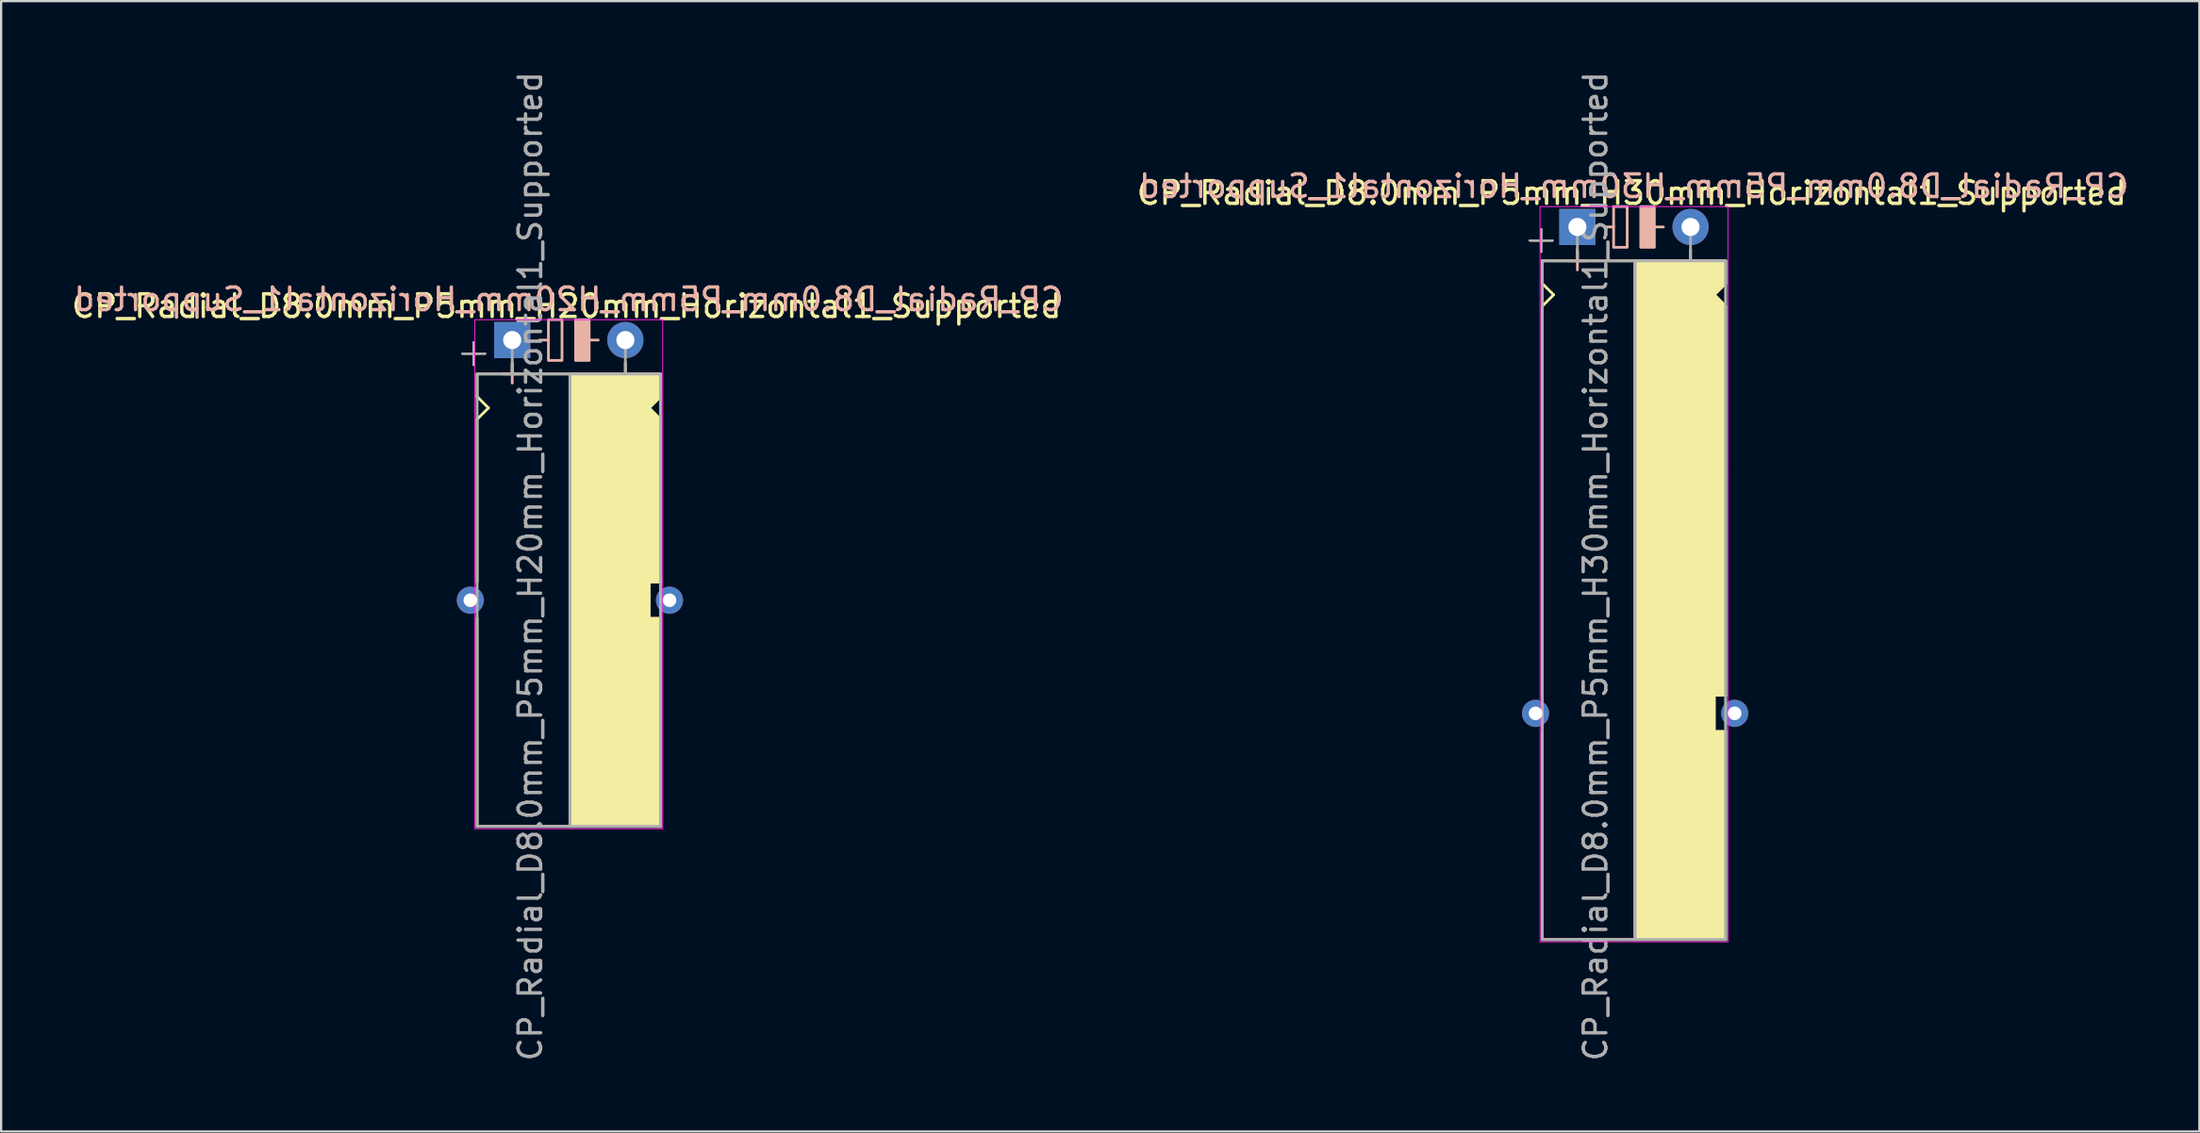
<source format=kicad_pcb>
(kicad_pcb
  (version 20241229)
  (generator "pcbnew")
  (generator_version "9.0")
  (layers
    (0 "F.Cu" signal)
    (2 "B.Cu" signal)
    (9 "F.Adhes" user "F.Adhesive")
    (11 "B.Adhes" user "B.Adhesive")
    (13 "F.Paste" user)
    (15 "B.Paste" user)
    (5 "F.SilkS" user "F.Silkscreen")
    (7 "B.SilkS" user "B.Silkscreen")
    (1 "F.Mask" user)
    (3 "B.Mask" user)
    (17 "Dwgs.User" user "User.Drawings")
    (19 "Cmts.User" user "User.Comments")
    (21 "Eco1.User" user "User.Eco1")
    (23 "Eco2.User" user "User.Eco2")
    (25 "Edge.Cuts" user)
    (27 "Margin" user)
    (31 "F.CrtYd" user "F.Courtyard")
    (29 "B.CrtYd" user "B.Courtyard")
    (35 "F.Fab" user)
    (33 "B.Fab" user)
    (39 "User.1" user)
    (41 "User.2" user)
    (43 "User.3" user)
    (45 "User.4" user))
  (footprint "CP_Radial_D8.0mm_P5mm_H20mm_Horizontal1_Supported"
    (layer "F.Cu")
    (at 20.382 11.982)
    (property "Reference" "CP_Radial_D8.0mm_P5mm_H20mm_Horizontal1_Supported" (at 1.6 -1.5 0) (layer "F.SilkS") (effects (font (size 1 1) (thickness 0.15))))
    (fp_line (start -3 0.6) (end -2 0.6) (stroke (width 0.1) (type solid)) (layer "F.SilkS"))
    (fp_line (start -2.5 1.1) (end -2.5 0.1) (stroke (width 0.1) (type solid)) (layer "F.SilkS"))
    (fp_line (start -2.35 1.5) (end -2.35 2.5) (stroke (width 0.12) (type solid)) (layer "F.SilkS"))
    (fp_line (start -2.35 1.5) (end 5.75 1.5) (stroke (width 0.12) (type solid)) (layer "F.SilkS"))
    (fp_line (start -2.35 2.5) (end -1.85 3) (stroke (width 0.12) (type solid)) (layer "F.SilkS"))
    (fp_line (start -2.35 10.7) (end -2.35 3.5) (stroke (width 0.12) (type solid)) (layer "F.SilkS"))
    (fp_line (start -2.35 12.3) (end -2.35 21.5) (stroke (width 0.12) (type solid)) (layer "F.SilkS"))
    (fp_line (start -2.35 21.5) (end 5.65 21.5) (stroke (width 0.12) (type solid)) (layer "F.SilkS"))
    (fp_line (start -1.85 3) (end -2.35 3.5) (stroke (width 0.12) (type solid)) (layer "F.SilkS"))
    (fp_line (start -0.8 1) (end -0.8 1.5) (stroke (width 0.12) (type solid)) (layer "F.SilkS"))
    (fp_line (start 1.75 21.5) (end 1.75 1.5) (stroke (width 0.12) (type solid)) (layer "F.SilkS"))
    (fp_line (start 4.2 1) (end 4.2 1.5) (stroke (width 0.12) (type solid)) (layer "F.SilkS"))
    (fp_line (start 5.25 3) (end 5.75 2.5) (stroke (width 0.12) (type solid)) (layer "F.SilkS"))
    (fp_line (start 5.25 10.7) (end 5.25 12.3) (stroke (width 0.12) (type solid)) (layer "F.SilkS"))
    (fp_line (start 5.25 12.3) (end 5.75 12.3) (stroke (width 0.12) (type solid)) (layer "F.SilkS"))
    (fp_line (start 5.75 2.5) (end 5.75 1.5) (stroke (width 0.12) (type solid)) (layer "F.SilkS"))
    (fp_line (start 5.75 3.5) (end 5.25 3) (stroke (width 0.12) (type solid)) (layer "F.SilkS"))
    (fp_line (start 5.75 10.7) (end 5.25 10.7) (stroke (width 0.12) (type solid)) (layer "F.SilkS"))
    (fp_line (start 5.75 10.7) (end 5.75 3.5) (stroke (width 0.12) (type solid)) (layer "F.SilkS"))
    (fp_line (start 5.75 12.3) (end 5.75 21.5) (stroke (width 0.12) (type solid)) (layer "F.SilkS"))
    (fp_line (start 5.75 21.5) (end 5.65 21.5) (stroke (width 0.12) (type solid)) (layer "F.SilkS"))
    (fp_poly (pts (xy 5.75 2.5) (xy 5.25 3) (xy 5.75 3.5) (xy 5.75 10.7) (xy 5.25 10.7) (xy 5.25 12.3) (xy 5.75 12.3) (xy 5.75 21.5) (xy 1.75 21.5) (xy 1.75 1.5) (xy 5.75 1.5)) (stroke (width 0.1) (type solid)) (fill yes) (layer "F.SilkS"))
    (fp_line (start -0.8 1.1) (end -0.8 1.9) (stroke (width 0.12) (type solid)) (layer "B.SilkS"))
    (fp_line (start -0.4 1.5) (end -1.2 1.5) (stroke (width 0.12) (type solid)) (layer "B.SilkS"))
    (fp_line (start 0.8 0) (end 0.4 0) (stroke (width 0.12) (type solid)) (layer "B.SilkS"))
    (fp_line (start 3 0) (end 2.6 0) (stroke (width 0.12) (type solid)) (layer "B.SilkS"))
    (fp_rect (start 1.4 -0.9) (end 0.8 0.9) (stroke (width 0.12) (type solid)) (fill no) (layer "B.SilkS"))
    (fp_rect (start 2.6 -0.9) (end 2 0.9) (stroke (width 0.12) (type solid)) (fill yes) (layer "B.SilkS"))
    (fp_line (start -2.45 -0.9) (end 5.85 -0.9) (stroke (width 0.04) (type solid)) (layer "F.CrtYd"))
    (fp_line (start -2.45 1.5) (end -2.45 -0.9) (stroke (width 0.04) (type solid)) (layer "F.CrtYd"))
    (fp_line (start -2.45 21.6) (end -2.45 1.5) (stroke (width 0.04) (type solid)) (layer "F.CrtYd"))
    (fp_line (start 5.85 -0.9) (end 5.85 21.6) (stroke (width 0.04) (type solid)) (layer "F.CrtYd"))
    (fp_line (start 5.85 21.6) (end -2.45 21.6) (stroke (width 0.04) (type solid)) (layer "F.CrtYd"))
    (fp_line (start -3 0.6) (end -2 0.6) (stroke (width 0.1) (type solid)) (layer "F.Fab"))
    (fp_line (start -2.5 1.1) (end -2.5 0.1) (stroke (width 0.1) (type solid)) (layer "F.Fab"))
    (fp_line (start -2.35 1.5) (end 5.75 1.5) (stroke (width 0.12) (type solid)) (layer "F.Fab"))
    (fp_line (start -2.35 21.5) (end -2.35 1.5) (stroke (width 0.12) (type solid)) (layer "F.Fab"))
    (fp_line (start -0.8 1.5) (end -0.8 0) (stroke (width 0.12) (type solid)) (layer "F.Fab"))
    (fp_line (start 1.75 1.5) (end 1.75 21.5) (stroke (width 0.12) (type solid)) (layer "F.Fab"))
    (fp_line (start 4.2 1.5) (end 4.2 0) (stroke (width 0.12) (type solid)) (layer "F.Fab"))
    (fp_line (start 5.75 1.5) (end 5.75 21.5) (stroke (width 0.12) (type solid)) (layer "F.Fab"))
    (fp_line (start 5.75 21.5) (end -2.35 21.5) (stroke (width 0.12) (type solid)) (layer "F.Fab"))
    (fp_poly (pts (xy 5.75 21.5) (xy 1.75 21.5) (xy 1.75 1.5) (xy 5.75 1.5)) (stroke (width 0.1) (type solid)) (fill no) (layer "F.Fab"))
    (fp_text user "${REFERENCE}" (at 1.7 -1.8 0) (layer "B.SilkS") (effects (font (size 1 1) (thickness 0.15)) (justify mirror)))
    (fp_text user "${REFERENCE}" (at 0 10 90) (layer "F.Fab") (effects (font (size 1 1) (thickness 0.15))))
    (pad "1" thru_hole rect (at -0.8 0) (size 1.6 1.6) (drill 0.8) (layers "*.Cu" "*.Mask"))
    (pad "2" thru_hole circle (at 4.2 0) (size 1.6 1.6) (drill 0.8) (layers "*.Cu" "*.Mask"))
    (pad "~" thru_hole circle (at -2.65 11.5) (size 1.2 1.2) (drill 0.6) (layers "*.Cu" "*.Mask"))
    (pad "~" thru_hole circle (at 6.15 11.5) (size 1.2 1.2) (drill 0.6) (layers "*.Cu" "*.Mask")))
  (footprint "CP_Radial_D8.0mm_P5mm_H30mm_Horizontal1_Supported"
    (layer "F.Cu")
    (at 67.446 6.982)
    (property "Reference" "CP_Radial_D8.0mm_P5mm_H30mm_Horizontal1_Supported" (at 1.6 -1.5 0) (layer "F.SilkS") (effects (font (size 1 1) (thickness 0.15))))
    (fp_line (start -2.9 0.6) (end -1.9 0.6) (stroke (width 0.1) (type solid)) (layer "F.SilkS"))
    (fp_line (start -2.4 1.1) (end -2.4 0.1) (stroke (width 0.1) (type solid)) (layer "F.SilkS"))
    (fp_line (start -2.35 1.5) (end -2.35 2.5) (stroke (width 0.12) (type solid)) (layer "F.SilkS"))
    (fp_line (start -2.35 1.5) (end 5.75 1.5) (stroke (width 0.12) (type solid)) (layer "F.SilkS"))
    (fp_line (start -2.35 2.5) (end -1.85 3) (stroke (width 0.12) (type solid)) (layer "F.SilkS"))
    (fp_line (start -2.35 10.7) (end -2.35 3.5) (stroke (width 0.12) (type solid)) (layer "F.SilkS"))
    (fp_line (start -2.35 10.7) (end -2.35 20.7) (stroke (width 0.12) (type solid)) (layer "F.SilkS"))
    (fp_line (start -2.35 22.3) (end -2.35 31.5) (stroke (width 0.12) (type solid)) (layer "F.SilkS"))
    (fp_line (start -2.35 31.5) (end 5.65 31.5) (stroke (width 0.12) (type solid)) (layer "F.SilkS"))
    (fp_line (start -1.85 3) (end -2.35 3.5) (stroke (width 0.12) (type solid)) (layer "F.SilkS"))
    (fp_line (start -0.8 1) (end -0.8 1.5) (stroke (width 0.12) (type solid)) (layer "F.SilkS"))
    (fp_line (start 1.75 31.5) (end 1.75 1.5) (stroke (width 0.12) (type solid)) (layer "F.SilkS"))
    (fp_line (start 4.2 1) (end 4.2 1.5) (stroke (width 0.12) (type solid)) (layer "F.SilkS"))
    (fp_line (start 5.25 3) (end 5.75 2.5) (stroke (width 0.12) (type solid)) (layer "F.SilkS"))
    (fp_line (start 5.25 20.7) (end 5.25 22.3) (stroke (width 0.12) (type solid)) (layer "F.SilkS"))
    (fp_line (start 5.25 22.3) (end 5.75 22.3) (stroke (width 0.12) (type solid)) (layer "F.SilkS"))
    (fp_line (start 5.75 2.5) (end 5.75 1.5) (stroke (width 0.12) (type solid)) (layer "F.SilkS"))
    (fp_line (start 5.75 3.5) (end 5.25 3) (stroke (width 0.12) (type solid)) (layer "F.SilkS"))
    (fp_line (start 5.75 10.7) (end 5.75 3.5) (stroke (width 0.12) (type solid)) (layer "F.SilkS"))
    (fp_line (start 5.75 20.7) (end 5.25 20.7) (stroke (width 0.12) (type solid)) (layer "F.SilkS"))
    (fp_line (start 5.75 20.7) (end 5.75 10.7) (stroke (width 0.12) (type solid)) (layer "F.SilkS"))
    (fp_line (start 5.75 22.3) (end 5.75 31.5) (stroke (width 0.12) (type solid)) (layer "F.SilkS"))
    (fp_line (start 5.75 31.5) (end 5.65 31.5) (stroke (width 0.12) (type solid)) (layer "F.SilkS"))
    (fp_poly (pts (xy 5.75 2.5) (xy 5.25 3) (xy 5.75 3.5) (xy 5.75 20.7) (xy 5.25 20.7) (xy 5.25 22.3) (xy 5.75 22.3) (xy 5.75 31.5) (xy 1.75 31.5) (xy 1.75 1.5) (xy 5.75 1.5)) (stroke (width 0.1) (type solid)) (fill yes) (layer "F.SilkS"))
    (fp_line (start -0.8 1.1) (end -0.8 1.9) (stroke (width 0.12) (type solid)) (layer "B.SilkS"))
    (fp_line (start -0.4 1.5) (end -1.2 1.5) (stroke (width 0.12) (type solid)) (layer "B.SilkS"))
    (fp_line (start 0.8 0) (end 0.4 0) (stroke (width 0.12) (type solid)) (layer "B.SilkS"))
    (fp_line (start 3 0) (end 2.6 0) (stroke (width 0.12) (type solid)) (layer "B.SilkS"))
    (fp_rect (start 1.4 -0.9) (end 0.8 0.9) (stroke (width 0.12) (type solid)) (fill no) (layer "B.SilkS"))
    (fp_rect (start 2.6 -0.9) (end 2 0.9) (stroke (width 0.12) (type solid)) (fill yes) (layer "B.SilkS"))
    (fp_line (start -2.45 -0.9) (end 5.85 -0.9) (stroke (width 0.04) (type solid)) (layer "F.CrtYd"))
    (fp_line (start -2.45 1.5) (end -2.45 -0.9) (stroke (width 0.04) (type solid)) (layer "F.CrtYd"))
    (fp_line (start -2.45 31.6) (end -2.45 1.5) (stroke (width 0.04) (type solid)) (layer "F.CrtYd"))
    (fp_line (start 5.85 -0.9) (end 5.85 31.6) (stroke (width 0.04) (type solid)) (layer "F.CrtYd"))
    (fp_line (start 5.85 31.6) (end -2.45 31.6) (stroke (width 0.04) (type solid)) (layer "F.CrtYd"))
    (fp_line (start -2.9 0.6) (end -1.9 0.6) (stroke (width 0.1) (type solid)) (layer "F.Fab"))
    (fp_line (start -2.4 1.1) (end -2.4 0.1) (stroke (width 0.1) (type solid)) (layer "F.Fab"))
    (fp_line (start -2.35 1.5) (end 5.75 1.5) (stroke (width 0.12) (type solid)) (layer "F.Fab"))
    (fp_line (start -2.35 31.5) (end -2.35 1.5) (stroke (width 0.12) (type solid)) (layer "F.Fab"))
    (fp_line (start -0.8 1.5) (end -0.8 0) (stroke (width 0.12) (type solid)) (layer "F.Fab"))
    (fp_line (start 1.75 1.5) (end 1.75 31.5) (stroke (width 0.12) (type solid)) (layer "F.Fab"))
    (fp_line (start 4.2 1.5) (end 4.2 0) (stroke (width 0.12) (type solid)) (layer "F.Fab"))
    (fp_line (start 5.75 1.5) (end 5.75 31.5) (stroke (width 0.12) (type solid)) (layer "F.Fab"))
    (fp_line (start 5.75 31.5) (end -2.35 31.5) (stroke (width 0.12) (type solid)) (layer "F.Fab"))
    (fp_poly (pts (xy 5.75 31.5) (xy 1.75 31.5) (xy 1.75 1.5) (xy 5.75 1.5)) (stroke (width 0.1) (type solid)) (fill no) (layer "F.Fab"))
    (fp_text user "${REFERENCE}" (at 1.7 -1.8 0) (layer "B.SilkS") (effects (font (size 1 1) (thickness 0.15)) (justify mirror)))
    (fp_text user "${REFERENCE}" (at 0 15 90) (layer "F.Fab") (effects (font (size 1 1) (thickness 0.15))))
    (pad "1" thru_hole rect (at -0.8 0) (size 1.6 1.6) (drill 0.8) (layers "*.Cu" "*.Mask"))
    (pad "2" thru_hole circle (at 4.2 0) (size 1.6 1.6) (drill 0.8) (layers "*.Cu" "*.Mask"))
    (pad "~" thru_hole circle (at -2.65 21.5) (size 1.2 1.2) (drill 0.6) (layers "*.Cu" "*.Mask"))
    (pad "~" thru_hole circle (at 6.15 21.5) (size 1.2 1.2) (drill 0.6) (layers "*.Cu" "*.Mask")))
  (gr_rect
    (start -3 -3)
    (end 94.129 46.964)
    (stroke (width 0.1) (type default))
    (fill no)
    (layer "Edge.Cuts")))
</source>
